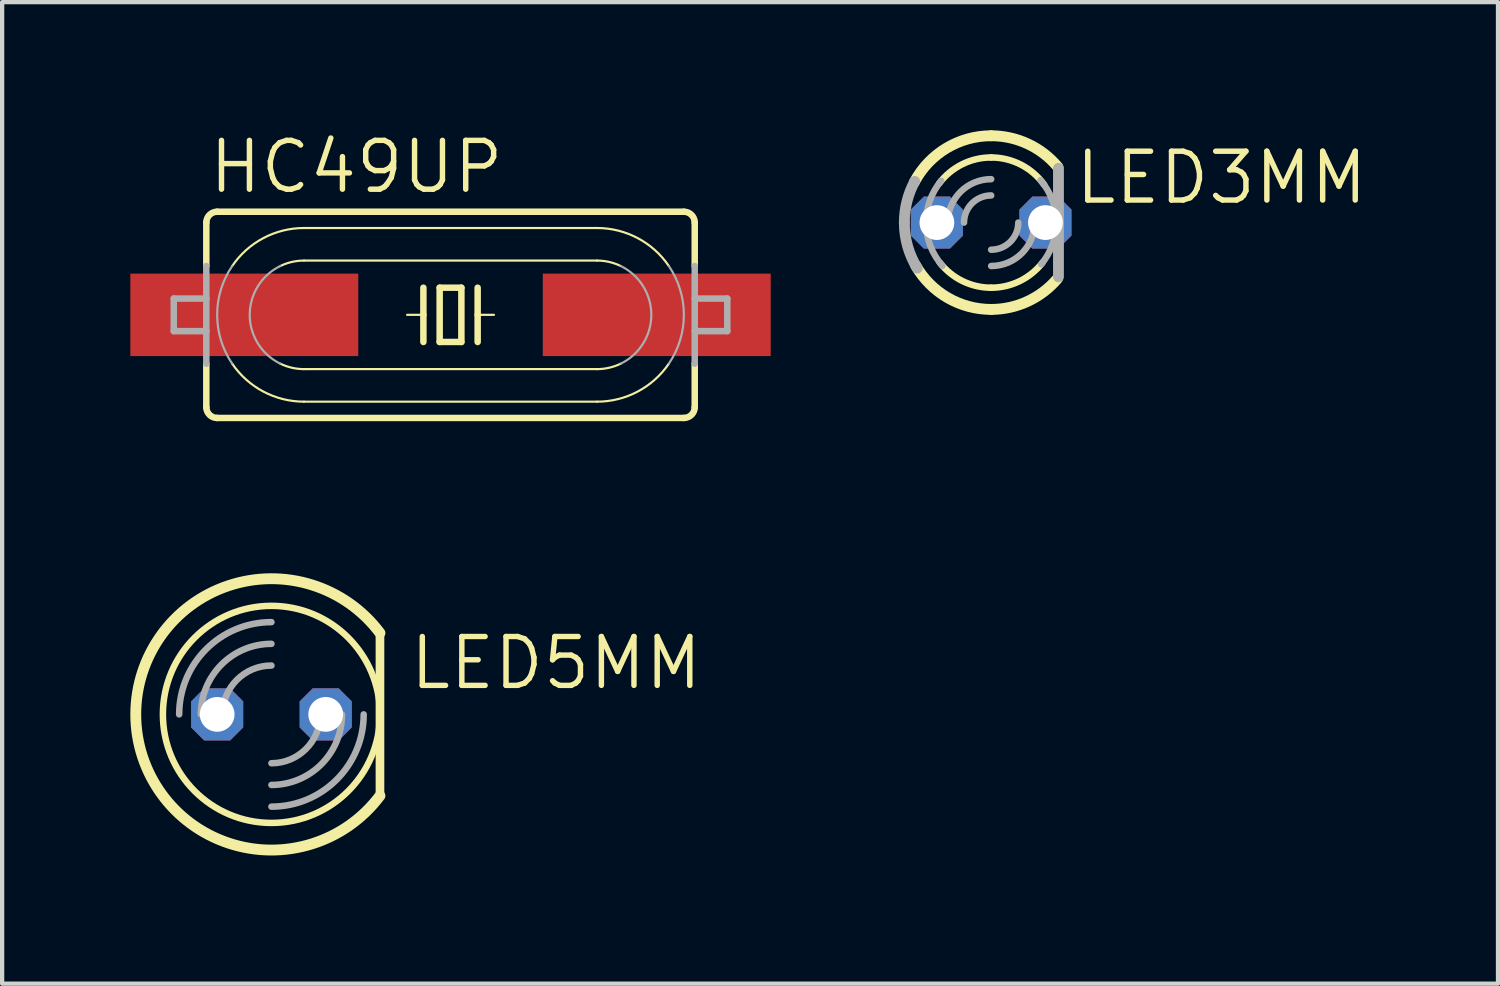
<source format=kicad_pcb>
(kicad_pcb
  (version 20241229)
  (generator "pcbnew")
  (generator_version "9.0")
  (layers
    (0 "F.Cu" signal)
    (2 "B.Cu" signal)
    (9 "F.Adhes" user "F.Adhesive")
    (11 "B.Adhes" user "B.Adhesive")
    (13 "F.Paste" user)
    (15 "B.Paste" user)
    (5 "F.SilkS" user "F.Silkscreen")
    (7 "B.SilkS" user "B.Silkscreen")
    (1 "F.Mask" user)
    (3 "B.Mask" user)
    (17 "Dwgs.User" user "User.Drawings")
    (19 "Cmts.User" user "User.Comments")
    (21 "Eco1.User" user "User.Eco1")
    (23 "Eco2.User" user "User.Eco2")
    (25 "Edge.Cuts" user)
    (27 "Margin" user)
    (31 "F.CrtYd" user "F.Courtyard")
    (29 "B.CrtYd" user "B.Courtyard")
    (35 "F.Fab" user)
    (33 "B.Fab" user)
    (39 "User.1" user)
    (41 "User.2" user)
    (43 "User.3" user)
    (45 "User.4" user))
  (footprint "HC49UP"
    (layer "F.Cu")
    (at 7.493 4.318)
    (property "Reference" "HC49UP" (at -5.715 -2.794 0) (layer "F.SilkS") (effects (font (size 1.143 1.143) (thickness 0.127)) (justify left bottom)))
    (fp_line (start -5.715 -1.143) (end -5.715 -2.159) (stroke (width 0.152) (type solid)) (layer "F.SilkS"))
    (fp_line (start -5.715 2.159) (end -5.715 1.143) (stroke (width 0.152) (type solid)) (layer "F.SilkS"))
    (fp_line (start -3.429 -2.032) (end 3.429 -2.032) (stroke (width 0.051) (type solid)) (layer "F.SilkS"))
    (fp_line (start -3.429 -1.27) (end 3.429 -1.27) (stroke (width 0.051) (type solid)) (layer "F.SilkS"))
    (fp_line (start -0.635 -0.635) (end -0.635 0) (stroke (width 0.152) (type solid)) (layer "F.SilkS"))
    (fp_line (start -0.635 0) (end -1.016 0) (stroke (width 0.051) (type solid)) (layer "F.SilkS"))
    (fp_line (start -0.635 0) (end -0.635 0.635) (stroke (width 0.152) (type solid)) (layer "F.SilkS"))
    (fp_line (start -0.254 -0.635) (end -0.254 0.635) (stroke (width 0.152) (type solid)) (layer "F.SilkS"))
    (fp_line (start -0.254 0.635) (end 0.254 0.635) (stroke (width 0.152) (type solid)) (layer "F.SilkS"))
    (fp_line (start 0.254 -0.635) (end -0.254 -0.635) (stroke (width 0.152) (type solid)) (layer "F.SilkS"))
    (fp_line (start 0.254 0.635) (end 0.254 -0.635) (stroke (width 0.152) (type solid)) (layer "F.SilkS"))
    (fp_line (start 0.635 -0.635) (end 0.635 0) (stroke (width 0.152) (type solid)) (layer "F.SilkS"))
    (fp_line (start 0.635 0) (end 0.635 0.635) (stroke (width 0.152) (type solid)) (layer "F.SilkS"))
    (fp_line (start 0.635 0) (end 1.016 0) (stroke (width 0.051) (type solid)) (layer "F.SilkS"))
    (fp_line (start 3.429 1.27) (end -3.429 1.27) (stroke (width 0.051) (type solid)) (layer "F.SilkS"))
    (fp_line (start 3.429 2.032) (end -3.429 2.032) (stroke (width 0.051) (type solid)) (layer "F.SilkS"))
    (fp_line (start 5.461 -2.413) (end -5.461 -2.413) (stroke (width 0.152) (type solid)) (layer "F.SilkS"))
    (fp_line (start 5.461 2.413) (end -5.461 2.413) (stroke (width 0.152) (type solid)) (layer "F.SilkS"))
    (fp_line (start 5.715 -1.143) (end 5.715 -2.159) (stroke (width 0.152) (type solid)) (layer "F.SilkS"))
    (fp_line (start 5.715 2.159) (end 5.715 1.143) (stroke (width 0.152) (type solid)) (layer "F.SilkS"))
    (fp_arc (start -5.715 -2.159) (mid -5.640605 -2.338605) (end -5.461 -2.413) (stroke (width 0.1524) (type solid)) (layer "F.SilkS"))
    (fp_arc (start -5.461 2.413) (mid -5.640605 2.338605) (end -5.715 2.159) (stroke (width 0.1524) (type solid)) (layer "F.SilkS"))
    (fp_arc (start -5.1091 -1.143) (mid -4.379417 -1.796107) (end -3.429 -2.032101) (stroke (width 0.0508) (type solid)) (layer "F.SilkS"))
    (fp_arc (start -3.9826 -1.143) (mid -3.712991 -1.237845) (end -3.429 -1.27) (stroke (width 0.0508) (type solid)) (layer "F.SilkS"))
    (fp_arc (start -3.429 1.27) (mid -3.712991 1.237845) (end -3.9826 1.143) (stroke (width 0.0508) (type solid)) (layer "F.SilkS"))
    (fp_arc (start -3.429 2.032001) (mid -4.379408 1.796063) (end -5.1091 1.143) (stroke (width 0.0508) (type solid)) (layer "F.SilkS"))
    (fp_arc (start 3.429 -2.032) (mid 4.379408 -1.796062) (end 5.1091 -1.142999) (stroke (width 0.0508) (type solid)) (layer "F.SilkS"))
    (fp_arc (start 3.429 -1.27) (mid 3.712991 -1.237845) (end 3.9826 -1.143) (stroke (width 0.0508) (type solid)) (layer "F.SilkS"))
    (fp_arc (start 3.9826 1.143) (mid 3.712991 1.237845) (end 3.429 1.27) (stroke (width 0.0508) (type solid)) (layer "F.SilkS"))
    (fp_arc (start 5.109 1.142899) (mid 4.379368 1.795994) (end 3.429 2.032) (stroke (width 0.0508) (type solid)) (layer "F.SilkS"))
    (fp_arc (start 5.461 -2.413) (mid 5.640605 -2.338605) (end 5.715 -2.159) (stroke (width 0.1524) (type solid)) (layer "F.SilkS"))
    (fp_arc (start 5.715 2.159) (mid 5.640605 2.338605) (end 5.461 2.413) (stroke (width 0.1524) (type solid)) (layer "F.SilkS"))
    (fp_line (start -6.477 0.381) (end -6.477 -0.381) (stroke (width 0.152) (type solid)) (layer "F.Fab"))
    (fp_line (start -5.715 -0.381) (end -6.477 -0.381) (stroke (width 0.152) (type solid)) (layer "F.Fab"))
    (fp_line (start -5.715 -0.381) (end -5.715 -1.143) (stroke (width 0.152) (type solid)) (layer "F.Fab"))
    (fp_line (start -5.715 0.381) (end -6.477 0.381) (stroke (width 0.152) (type solid)) (layer "F.Fab"))
    (fp_line (start -5.715 0.381) (end -5.715 -0.381) (stroke (width 0.152) (type solid)) (layer "F.Fab"))
    (fp_line (start -5.715 1.143) (end -5.715 0.381) (stroke (width 0.152) (type solid)) (layer "F.Fab"))
    (fp_line (start 5.715 -0.381) (end 6.477 -0.381) (stroke (width 0.152) (type solid)) (layer "F.Fab"))
    (fp_line (start 5.715 0.381) (end 6.477 0.381) (stroke (width 0.152) (type solid)) (layer "F.Fab"))
    (fp_line (start 5.715 1.143) (end 5.715 -1.143) (stroke (width 0.152) (type solid)) (layer "F.Fab"))
    (fp_line (start 6.477 0.381) (end 6.477 -0.381) (stroke (width 0.152) (type solid)) (layer "F.Fab"))
    (fp_arc (start -5.1091 1.143) (mid -5.46104 0) (end -5.1091 -1.143) (stroke (width 0.0508) (type solid)) (layer "F.Fab"))
    (fp_arc (start -3.9826 1.143) (mid -4.699009 0) (end -3.9826 -1.143) (stroke (width 0.0508) (type solid)) (layer "F.Fab"))
    (fp_arc (start 3.9826 -1.143) (mid 4.699009 0) (end 3.9826 1.143) (stroke (width 0.0508) (type solid)) (layer "F.Fab"))
    (fp_arc (start 5.1091 -1.143) (mid 5.46104 0) (end 5.1091 1.143) (stroke (width 0.0508) (type solid)) (layer "F.Fab"))
    (pad "1" smd rect (at -4.826 0) (size 5.334 1.93) (layers "F.Cu" "F.Mask" "F.Paste"))
    (pad "2" smd rect (at 4.826 0) (size 5.334 1.93) (layers "F.Cu" "F.Mask" "F.Paste"))
    (zone (net_name "") (layers "F.Cu" "B.Cu") (hatch edge 0.508) (connect_pads) (min_thickness 0.254) (filled_areas_thickness no) (keepout (tracks allowed) (vias not_allowed) (pads allowed) (copperpour allowed) (footprints allowed)) (placement (enabled no)) (fill) (polygon (pts (xy 0.889 7.366) (xy 14.097 7.366) (xy 14.097 1.27) (xy 0.889 1.27)))))
  (footprint "LED3MM"
    (layer "F.Cu")
    (at 20.145 2.159)
    (property "Reference" "LED3MM" (at 1.905 -0.381 0) (layer "F.SilkS") (effects (font (size 1.143 1.143) (thickness 0.127)) (justify left bottom)))
    (fp_arc (start -1.7929 -0.9562) (mid -1.045438 -1.7424) (end 0 -2.032) (stroke (width 0.254) (type solid)) (layer "F.SilkS"))
    (fp_arc (start -1.2192 -0.9144) (mid -0.681554 -1.363107) (end 0 -1.524) (stroke (width 0.1524) (type solid)) (layer "F.SilkS"))
    (fp_arc (start 0 -2.032) (mid 0.861864 -1.840173) (end 1.561 -1.3009) (stroke (width 0.254) (type solid)) (layer "F.SilkS"))
    (fp_arc (start 0 -1.524) (mid 0.697339 -1.355082) (end 1.2401 -0.885801) (stroke (width 0.1524) (type solid)) (layer "F.SilkS"))
    (fp_arc (start 0 1.524) (mid -0.669593 1.369018) (end -1.203 0.9356) (stroke (width 0.1524) (type solid)) (layer "F.SilkS"))
    (fp_arc (start 0 2.032) (mid -1.019924 1.757525) (end -1.7643 1.0082) (stroke (width 0.254) (type solid)) (layer "F.SilkS"))
    (fp_arc (start 1.203 0.9356) (mid 0.669593 1.369018) (end 0 1.524) (stroke (width 0.1524) (type solid)) (layer "F.SilkS"))
    (fp_arc (start 1.5512 1.3126) (mid 0.854953 1.843405) (end 0 2.032) (stroke (width 0.254) (type solid)) (layer "F.SilkS"))
    (fp_line (start 1.575 1.27) (end 1.575 -1.27) (stroke (width 0.254) (type solid)) (layer "F.Fab"))
    (fp_arc (start -2.032 0) (mid -1.970339 -0.496775) (end -1.7891 -0.9634) (stroke (width 0.254) (type solid)) (layer "F.Fab"))
    (fp_arc (start -1.7306 1.065) (mid -1.95521 0.553417) (end -2.032 0) (stroke (width 0.254) (type solid)) (layer "F.Fab"))
    (fp_arc (start -1.524 0) (mid -1.432981 -0.518783) (end -1.1708 -0.9756) (stroke (width 0.1524) (type solid)) (layer "F.Fab"))
    (fp_arc (start -1.1391 1.0125) (mid -1.42454 0.5416) (end -1.524 0) (stroke (width 0.1524) (type solid)) (layer "F.Fab"))
    (fp_arc (start -1.016 0) (mid -0.71842 -0.71842) (end 0 -1.016) (stroke (width 0.1524) (type solid)) (layer "F.Fab"))
    (fp_arc (start -0.635 0) (mid -0.449013 -0.449013) (end 0 -0.635) (stroke (width 0.1524) (type solid)) (layer "F.Fab"))
    (fp_arc (start 0.635 0) (mid 0.449013 0.449013) (end 0 0.635) (stroke (width 0.1524) (type solid)) (layer "F.Fab"))
    (fp_arc (start 1.016 0) (mid 0.71842 0.71842) (end 0 1.016) (stroke (width 0.1524) (type solid)) (layer "F.Fab"))
    (fp_arc (start 1.1571 -0.9918) (mid 1.429332 -0.528744) (end 1.524 0) (stroke (width 0.1524) (type solid)) (layer "F.Fab"))
    (fp_arc (start 1.524 0) (mid 1.432981 0.518783) (end 1.1708 0.9756) (stroke (width 0.1524) (type solid)) (layer "F.Fab"))
    (pad "A" thru_hole roundrect (at -1.27 0) (size 1.219 1.219) (drill 0.813) (layers "*.Cu" "*.Mask") (roundrect_rratio 0.25) (chamfer_ratio 0.25) (chamfer top_left top_right bottom_left bottom_right))
    (pad "K" thru_hole roundrect (at 1.27 0) (size 1.219 1.219) (drill 0.813) (layers "*.Cu" "*.Mask") (roundrect_rratio 0.25) (chamfer_ratio 0.25) (chamfer top_left top_right bottom_left bottom_right)))
  (footprint "LED5MM"
    (layer "F.Cu")
    (at 3.302 13.668)
    (property "Reference" "LED5MM" (at 3.175 -0.533 0) (layer "F.SilkS") (effects (font (size 1.143 1.143) (thickness 0.127)) (justify left bottom)))
    (fp_line (start 2.54 1.905) (end 2.54 -1.905) (stroke (width 0.203) (type solid)) (layer "F.SilkS"))
    (fp_arc (start 2.54 1.905) (mid -3.175 0) (end 2.54 -1.905) (stroke (width 0.254) (type solid)) (layer "F.SilkS"))
    (fp_circle (center 0 0) (end 2.54 0) (stroke (width 0.152) (type solid)) (fill no) (layer "F.SilkS"))
    (fp_arc (start -2.159 0) (mid -1.526644 -1.526644) (end 0 -2.159) (stroke (width 0.1524) (type solid)) (layer "F.Fab"))
    (fp_arc (start -1.651 0) (mid -1.167433 -1.167433) (end 0 -1.651) (stroke (width 0.1524) (type solid)) (layer "F.Fab"))
    (fp_arc (start -1.143 0) (mid -0.808223 -0.808223) (end 0 -1.143) (stroke (width 0.1524) (type solid)) (layer "F.Fab"))
    (fp_arc (start 1.143 0) (mid 0.808223 0.808223) (end 0 1.143) (stroke (width 0.1524) (type solid)) (layer "F.Fab"))
    (fp_arc (start 1.651 0) (mid 1.167433 1.167433) (end 0 1.651) (stroke (width 0.1524) (type solid)) (layer "F.Fab"))
    (fp_arc (start 2.159 0) (mid 1.526644 1.526644) (end 0 2.159) (stroke (width 0.1524) (type solid)) (layer "F.Fab"))
    (pad "A" thru_hole roundrect (at -1.27 0) (size 1.219 1.219) (drill 0.813) (layers "*.Cu" "*.Mask") (roundrect_rratio 0.25) (chamfer_ratio 0.25) (chamfer top_left top_right bottom_left bottom_right))
    (pad "K" thru_hole roundrect (at 1.27 0) (size 1.219 1.219) (drill 0.813) (layers "*.Cu" "*.Mask") (roundrect_rratio 0.25) (chamfer_ratio 0.25) (chamfer top_left top_right bottom_left bottom_right)))
  (gr_rect
    (start -3 -3)
    (end 32.006 19.97)
    (stroke (width 0.1) (type default))
    (fill no)
    (layer "Edge.Cuts")))
</source>
